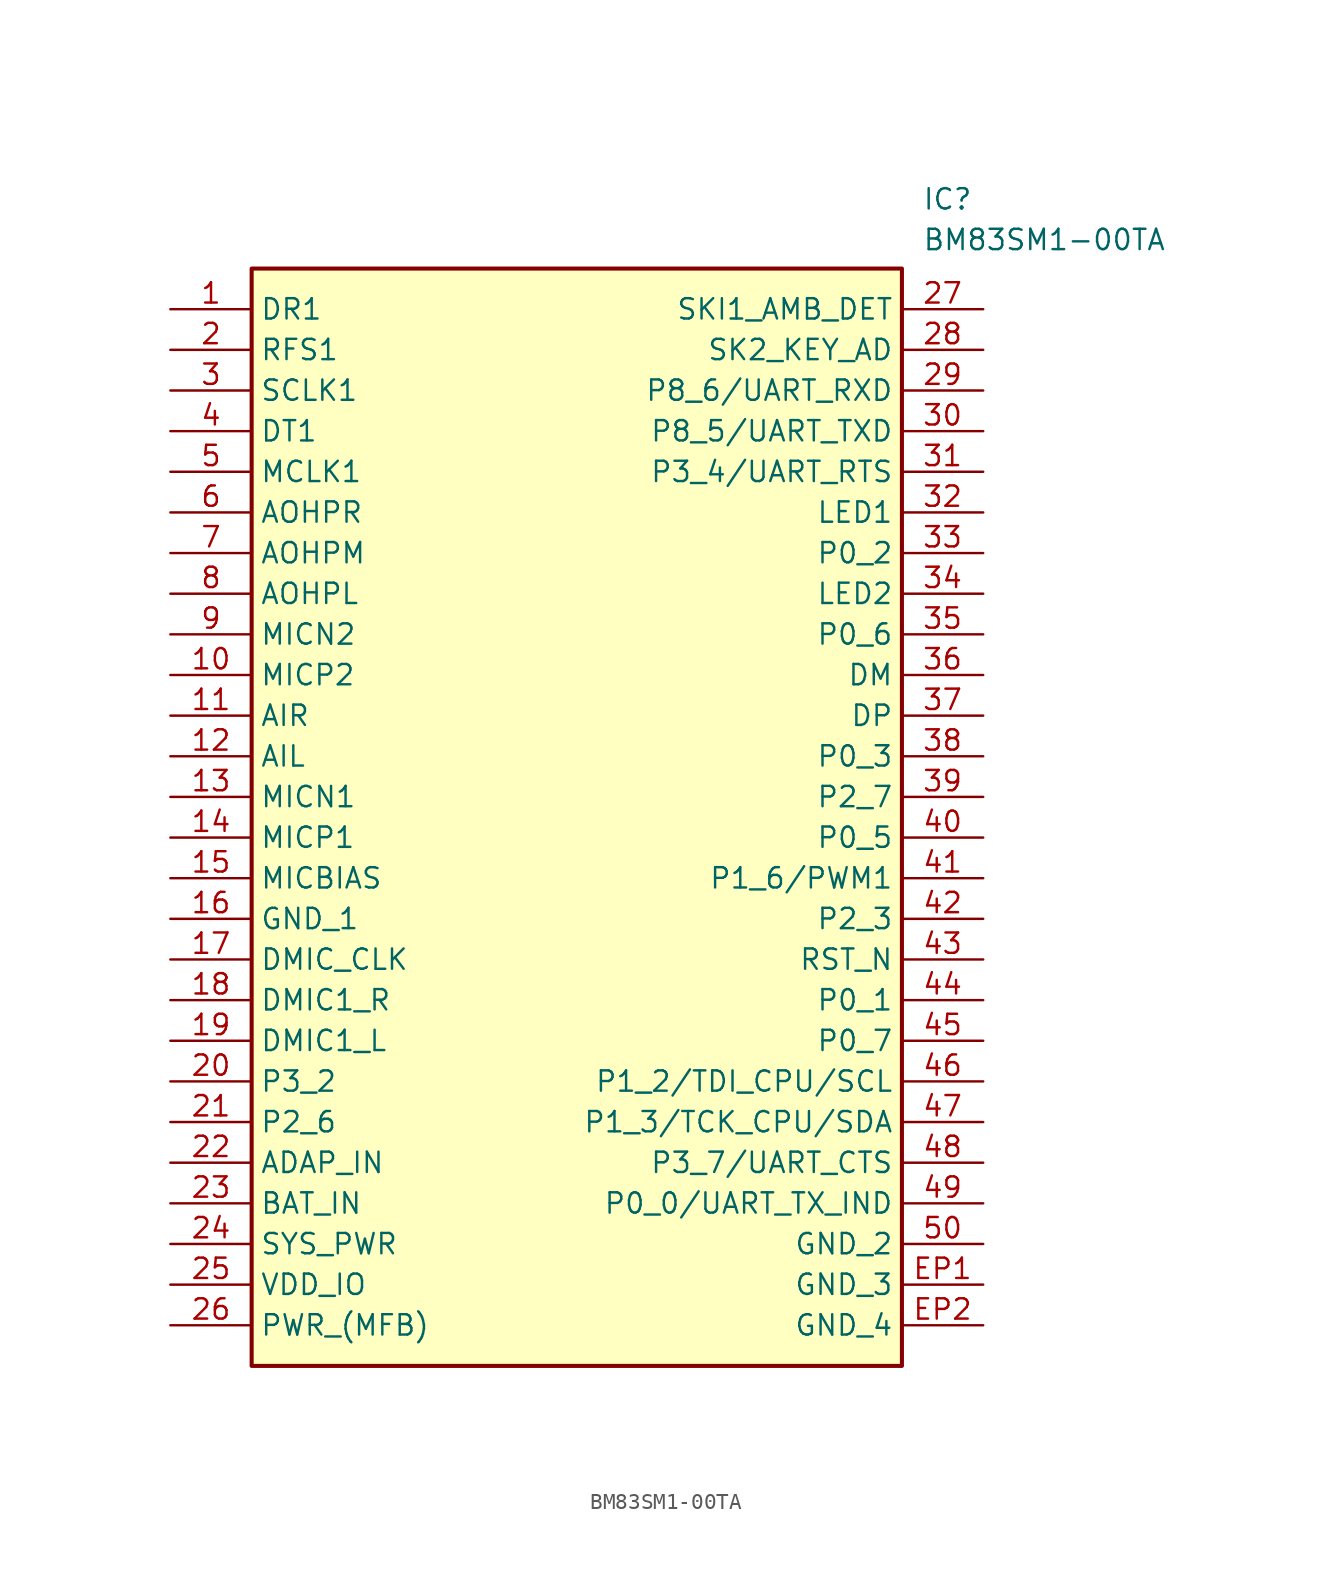
<source format=kicad_sym>
(kicad_symbol_lib
  (version 20211014)
  (generator SamacSys_ECAD_Model)
  (symbol "BM83SM1-00TA"
    (property "Reference" "IC"
      (at 46.99 7.62 0)
      (effects (font (size 1.27 1.27)) (justify left top)))
    (property "Value" "BM83SM1-00TA"
      (at 46.99 5.08 0)
      (effects (font (size 1.27 1.27)) (justify left top)))
    (rectangle
      (start 5.08 2.54)
      (end 45.72 -66.04)
      (stroke (width 0.254) (type default))
      (fill (type background)))
    (pin passive line
      (at 0 0 0)
      (length 5.08)
      (name "DR1" (effects (font (size 1.27 1.27))))
      (number "1" (effects (font (size 1.27 1.27)))))
    (pin passive line
      (at 0 -2.54 0)
      (length 5.08)
      (name "RFS1" (effects (font (size 1.27 1.27))))
      (number "2" (effects (font (size 1.27 1.27)))))
    (pin passive line
      (at 0 -5.08 0)
      (length 5.08)
      (name "SCLK1" (effects (font (size 1.27 1.27))))
      (number "3" (effects (font (size 1.27 1.27)))))
    (pin passive line
      (at 0 -7.62 0)
      (length 5.08)
      (name "DT1" (effects (font (size 1.27 1.27))))
      (number "4" (effects (font (size 1.27 1.27)))))
    (pin passive line
      (at 0 -10.16 0)
      (length 5.08)
      (name "MCLK1" (effects (font (size 1.27 1.27))))
      (number "5" (effects (font (size 1.27 1.27)))))
    (pin passive line
      (at 0 -12.7 0)
      (length 5.08)
      (name "AOHPR" (effects (font (size 1.27 1.27))))
      (number "6" (effects (font (size 1.27 1.27)))))
    (pin passive line
      (at 0 -15.24 0)
      (length 5.08)
      (name "AOHPM" (effects (font (size 1.27 1.27))))
      (number "7" (effects (font (size 1.27 1.27)))))
    (pin passive line
      (at 0 -17.78 0)
      (length 5.08)
      (name "AOHPL" (effects (font (size 1.27 1.27))))
      (number "8" (effects (font (size 1.27 1.27)))))
    (pin passive line
      (at 0 -20.32 0)
      (length 5.08)
      (name "MICN2" (effects (font (size 1.27 1.27))))
      (number "9" (effects (font (size 1.27 1.27)))))
    (pin passive line
      (at 0 -22.86 0)
      (length 5.08)
      (name "MICP2" (effects (font (size 1.27 1.27))))
      (number "10" (effects (font (size 1.27 1.27)))))
    (pin passive line
      (at 0 -25.4 0)
      (length 5.08)
      (name "AIR" (effects (font (size 1.27 1.27))))
      (number "11" (effects (font (size 1.27 1.27)))))
    (pin passive line
      (at 0 -27.94 0)
      (length 5.08)
      (name "AIL" (effects (font (size 1.27 1.27))))
      (number "12" (effects (font (size 1.27 1.27)))))
    (pin passive line
      (at 0 -30.48 0)
      (length 5.08)
      (name "MICN1" (effects (font (size 1.27 1.27))))
      (number "13" (effects (font (size 1.27 1.27)))))
    (pin passive line
      (at 0 -33.02 0)
      (length 5.08)
      (name "MICP1" (effects (font (size 1.27 1.27))))
      (number "14" (effects (font (size 1.27 1.27)))))
    (pin passive line
      (at 0 -35.56 0)
      (length 5.08)
      (name "MICBIAS" (effects (font (size 1.27 1.27))))
      (number "15" (effects (font (size 1.27 1.27)))))
    (pin passive line
      (at 0 -38.1 0)
      (length 5.08)
      (name "GND_1" (effects (font (size 1.27 1.27))))
      (number "16" (effects (font (size 1.27 1.27)))))
    (pin passive line
      (at 0 -40.64 0)
      (length 5.08)
      (name "DMIC_CLK" (effects (font (size 1.27 1.27))))
      (number "17" (effects (font (size 1.27 1.27)))))
    (pin passive line
      (at 0 -43.18 0)
      (length 5.08)
      (name "DMIC1_R" (effects (font (size 1.27 1.27))))
      (number "18" (effects (font (size 1.27 1.27)))))
    (pin passive line
      (at 0 -45.72 0)
      (length 5.08)
      (name "DMIC1_L" (effects (font (size 1.27 1.27))))
      (number "19" (effects (font (size 1.27 1.27)))))
    (pin passive line
      (at 0 -48.26 0)
      (length 5.08)
      (name "P3_2" (effects (font (size 1.27 1.27))))
      (number "20" (effects (font (size 1.27 1.27)))))
    (pin passive line
      (at 0 -50.8 0)
      (length 5.08)
      (name "P2_6" (effects (font (size 1.27 1.27))))
      (number "21" (effects (font (size 1.27 1.27)))))
    (pin passive line
      (at 0 -53.34 0)
      (length 5.08)
      (name "ADAP_IN" (effects (font (size 1.27 1.27))))
      (number "22" (effects (font (size 1.27 1.27)))))
    (pin passive line
      (at 0 -55.88 0)
      (length 5.08)
      (name "BAT_IN" (effects (font (size 1.27 1.27))))
      (number "23" (effects (font (size 1.27 1.27)))))
    (pin passive line
      (at 0 -58.42 0)
      (length 5.08)
      (name "SYS_PWR" (effects (font (size 1.27 1.27))))
      (number "24" (effects (font (size 1.27 1.27)))))
    (pin passive line
      (at 0 -60.96 0)
      (length 5.08)
      (name "VDD_IO" (effects (font (size 1.27 1.27))))
      (number "25" (effects (font (size 1.27 1.27)))))
    (pin passive line
      (at 0 -63.5 0)
      (length 5.08)
      (name "PWR_(MFB)" (effects (font (size 1.27 1.27))))
      (number "26" (effects (font (size 1.27 1.27)))))
    (pin passive line
      (at 50.8 0 180)
      (length 5.08)
      (name "SKI1_AMB_DET" (effects (font (size 1.27 1.27))))
      (number "27" (effects (font (size 1.27 1.27)))))
    (pin passive line
      (at 50.8 -2.54 180)
      (length 5.08)
      (name "SK2_KEY_AD" (effects (font (size 1.27 1.27))))
      (number "28" (effects (font (size 1.27 1.27)))))
    (pin passive line
      (at 50.8 -5.08 180)
      (length 5.08)
      (name "P8_6/UART_RXD" (effects (font (size 1.27 1.27))))
      (number "29" (effects (font (size 1.27 1.27)))))
    (pin passive line
      (at 50.8 -7.62 180)
      (length 5.08)
      (name "P8_5/UART_TXD" (effects (font (size 1.27 1.27))))
      (number "30" (effects (font (size 1.27 1.27)))))
    (pin passive line
      (at 50.8 -10.16 180)
      (length 5.08)
      (name "P3_4/UART_RTS" (effects (font (size 1.27 1.27))))
      (number "31" (effects (font (size 1.27 1.27)))))
    (pin passive line
      (at 50.8 -12.7 180)
      (length 5.08)
      (name "LED1" (effects (font (size 1.27 1.27))))
      (number "32" (effects (font (size 1.27 1.27)))))
    (pin passive line
      (at 50.8 -15.24 180)
      (length 5.08)
      (name "P0_2" (effects (font (size 1.27 1.27))))
      (number "33" (effects (font (size 1.27 1.27)))))
    (pin passive line
      (at 50.8 -17.78 180)
      (length 5.08)
      (name "LED2" (effects (font (size 1.27 1.27))))
      (number "34" (effects (font (size 1.27 1.27)))))
    (pin passive line
      (at 50.8 -20.32 180)
      (length 5.08)
      (name "P0_6" (effects (font (size 1.27 1.27))))
      (number "35" (effects (font (size 1.27 1.27)))))
    (pin passive line
      (at 50.8 -22.86 180)
      (length 5.08)
      (name "DM" (effects (font (size 1.27 1.27))))
      (number "36" (effects (font (size 1.27 1.27)))))
    (pin passive line
      (at 50.8 -25.4 180)
      (length 5.08)
      (name "DP" (effects (font (size 1.27 1.27))))
      (number "37" (effects (font (size 1.27 1.27)))))
    (pin passive line
      (at 50.8 -27.94 180)
      (length 5.08)
      (name "P0_3" (effects (font (size 1.27 1.27))))
      (number "38" (effects (font (size 1.27 1.27)))))
    (pin passive line
      (at 50.8 -30.48 180)
      (length 5.08)
      (name "P2_7" (effects (font (size 1.27 1.27))))
      (number "39" (effects (font (size 1.27 1.27)))))
    (pin passive line
      (at 50.8 -33.02 180)
      (length 5.08)
      (name "P0_5" (effects (font (size 1.27 1.27))))
      (number "40" (effects (font (size 1.27 1.27)))))
    (pin passive line
      (at 50.8 -35.56 180)
      (length 5.08)
      (name "P1_6/PWM1" (effects (font (size 1.27 1.27))))
      (number "41" (effects (font (size 1.27 1.27)))))
    (pin passive line
      (at 50.8 -38.1 180)
      (length 5.08)
      (name "P2_3" (effects (font (size 1.27 1.27))))
      (number "42" (effects (font (size 1.27 1.27)))))
    (pin passive line
      (at 50.8 -40.64 180)
      (length 5.08)
      (name "RST_N" (effects (font (size 1.27 1.27))))
      (number "43" (effects (font (size 1.27 1.27)))))
    (pin passive line
      (at 50.8 -43.18 180)
      (length 5.08)
      (name "P0_1" (effects (font (size 1.27 1.27))))
      (number "44" (effects (font (size 1.27 1.27)))))
    (pin passive line
      (at 50.8 -45.72 180)
      (length 5.08)
      (name "P0_7" (effects (font (size 1.27 1.27))))
      (number "45" (effects (font (size 1.27 1.27)))))
    (pin passive line
      (at 50.8 -48.26 180)
      (length 5.08)
      (name "P1_2/TDI_CPU/SCL" (effects (font (size 1.27 1.27))))
      (number "46" (effects (font (size 1.27 1.27)))))
    (pin passive line
      (at 50.8 -50.8 180)
      (length 5.08)
      (name "P1_3/TCK_CPU/SDA" (effects (font (size 1.27 1.27))))
      (number "47" (effects (font (size 1.27 1.27)))))
    (pin passive line
      (at 50.8 -53.34 180)
      (length 5.08)
      (name "P3_7/UART_CTS" (effects (font (size 1.27 1.27))))
      (number "48" (effects (font (size 1.27 1.27)))))
    (pin passive line
      (at 50.8 -55.88 180)
      (length 5.08)
      (name "P0_0/UART_TX_IND" (effects (font (size 1.27 1.27))))
      (number "49" (effects (font (size 1.27 1.27)))))
    (pin passive line
      (at 50.8 -58.42 180)
      (length 5.08)
      (name "GND_2" (effects (font (size 1.27 1.27))))
      (number "50" (effects (font (size 1.27 1.27)))))
    (pin passive line
      (at 50.8 -60.96 180)
      (length 5.08)
      (name "GND_3" (effects (font (size 1.27 1.27))))
      (number "EP1" (effects (font (size 1.27 1.27)))))
    (pin passive line
      (at 50.8 -63.5 180)
      (length 5.08)
      (name "GND_4" (effects (font (size 1.27 1.27))))
      (number "EP2" (effects (font (size 1.27 1.27)))))))
</source>
